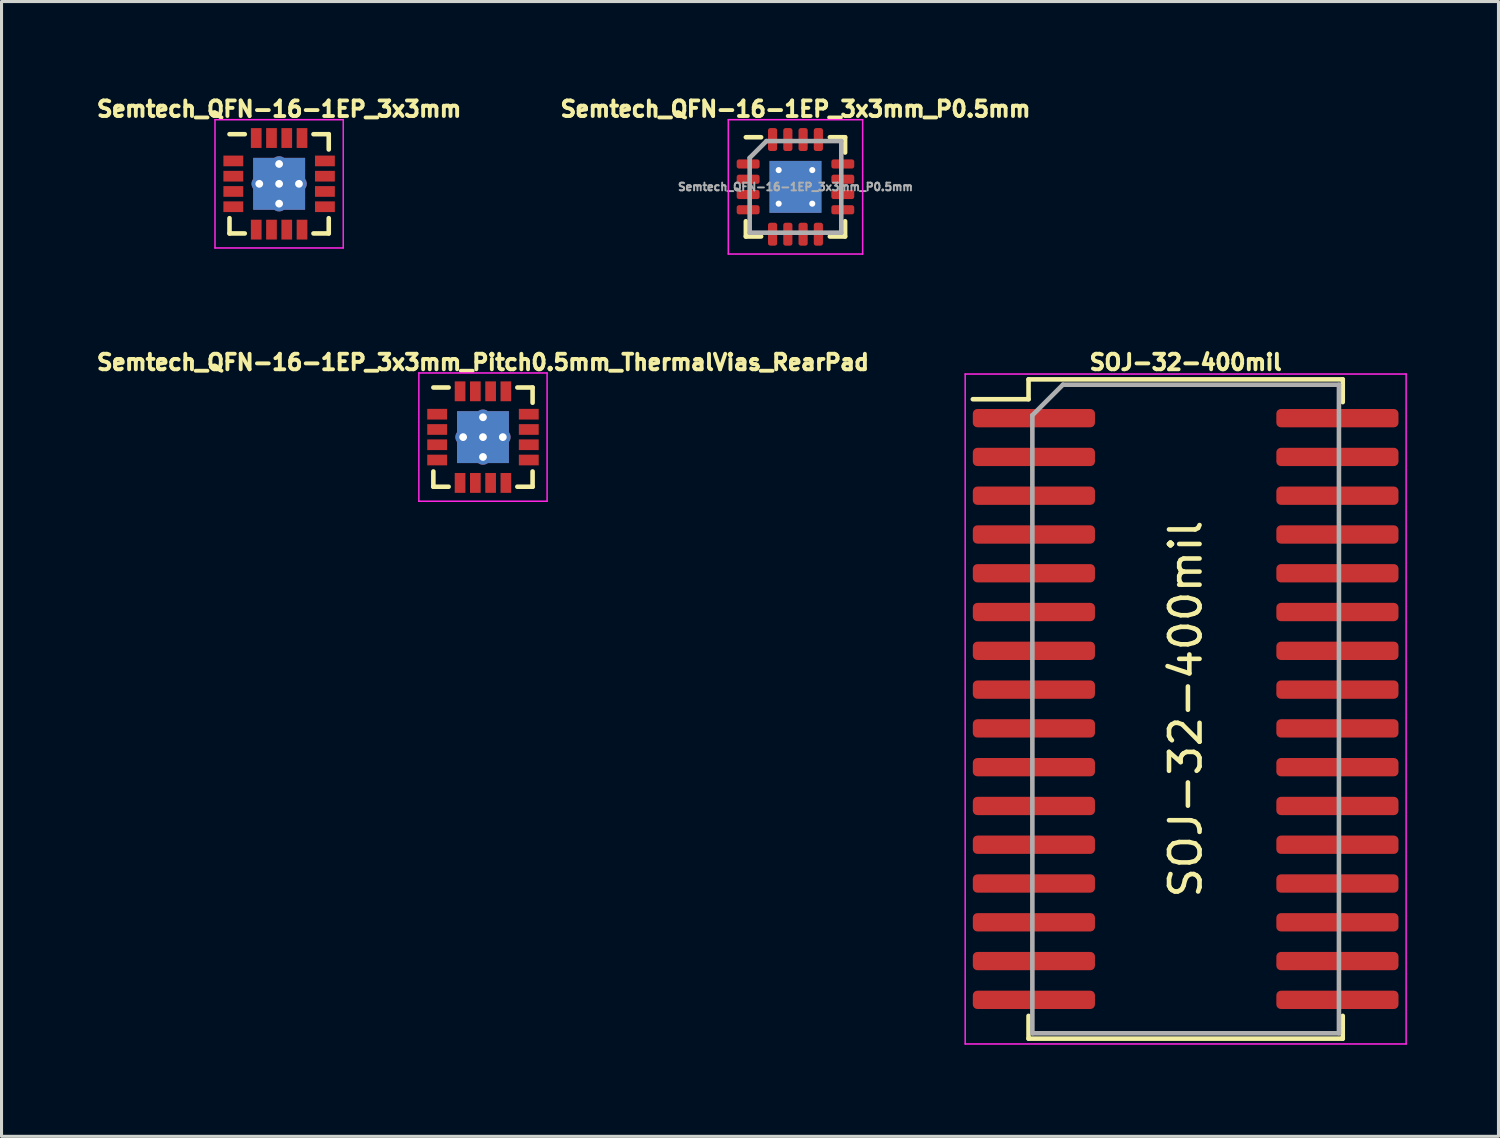
<source format=kicad_pcb>
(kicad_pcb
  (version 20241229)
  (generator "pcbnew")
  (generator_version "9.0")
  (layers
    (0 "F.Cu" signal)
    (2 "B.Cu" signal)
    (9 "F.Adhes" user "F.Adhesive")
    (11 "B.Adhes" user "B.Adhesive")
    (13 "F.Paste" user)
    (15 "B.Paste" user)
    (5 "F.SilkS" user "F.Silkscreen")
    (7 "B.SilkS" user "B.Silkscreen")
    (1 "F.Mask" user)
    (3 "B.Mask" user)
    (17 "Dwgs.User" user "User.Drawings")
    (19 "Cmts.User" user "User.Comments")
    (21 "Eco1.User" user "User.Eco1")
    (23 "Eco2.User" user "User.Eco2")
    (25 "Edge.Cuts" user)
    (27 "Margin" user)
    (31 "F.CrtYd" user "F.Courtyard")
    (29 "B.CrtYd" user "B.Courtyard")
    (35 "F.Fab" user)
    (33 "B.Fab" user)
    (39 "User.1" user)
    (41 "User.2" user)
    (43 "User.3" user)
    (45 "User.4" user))
  (footprint "Semtech_QFN-16-1EP_3x3mm_P0.5mm"
    (layer "F.Cu")
    (at 23.001 3.07)
    (property "Reference" "Semtech_QFN-16-1EP_3x3mm_P0.5mm" (at 0 -2.55 0) (layer "F.SilkS") (effects (font (size 0.508 0.508) (thickness 0.127))))
    (attr smd)
    (fp_line (start -1.625 -1.625) (end -1.125 -1.625) (stroke (width 0.15) (type solid)) (layer "F.SilkS"))
    (fp_line (start -1.625 1.625) (end -1.625 1.125) (stroke (width 0.15) (type solid)) (layer "F.SilkS"))
    (fp_line (start -1.625 1.625) (end -1.125 1.625) (stroke (width 0.15) (type solid)) (layer "F.SilkS"))
    (fp_line (start 1.625 -1.625) (end 1.125 -1.625) (stroke (width 0.15) (type solid)) (layer "F.SilkS"))
    (fp_line (start 1.625 -1.625) (end 1.625 -1.125) (stroke (width 0.15) (type solid)) (layer "F.SilkS"))
    (fp_line (start 1.625 1.625) (end 1.125 1.625) (stroke (width 0.15) (type solid)) (layer "F.SilkS"))
    (fp_line (start 1.625 1.625) (end 1.625 1.125) (stroke (width 0.15) (type solid)) (layer "F.SilkS"))
    (fp_poly (pts (xy -0.7 -0.2) (xy -0.45 -0.2) (xy -0.25 0) (xy -0.45 0.2) (xy -0.7 0.2)) (stroke (width 0.15) (type solid)) (fill yes) (layer "F.Paste"))
    (fp_poly (pts (xy -0.2 0.7) (xy -0.2 0.45) (xy 0 0.25) (xy 0.2 0.45) (xy 0.2 0.7)) (stroke (width 0.15) (type solid)) (fill yes) (layer "F.Paste"))
    (fp_poly (pts (xy 0.2 -0.7) (xy 0.2 -0.45) (xy 0 -0.25) (xy -0.2 -0.45) (xy -0.2 -0.7)) (stroke (width 0.15) (type solid)) (fill yes) (layer "F.Paste"))
    (fp_poly (pts (xy 0.7 0.2) (xy 0.45 0.2) (xy 0.25 0) (xy 0.45 -0.2) (xy 0.7 -0.2)) (stroke (width 0.15) (type solid)) (fill yes) (layer "F.Paste"))
    (fp_line (start -2.2 -2.2) (end -2.2 2.2) (stroke (width 0.05) (type solid)) (layer "F.CrtYd"))
    (fp_line (start -2.2 -2.2) (end 2.2 -2.2) (stroke (width 0.05) (type solid)) (layer "F.CrtYd"))
    (fp_line (start -2.2 2.2) (end 2.2 2.2) (stroke (width 0.05) (type solid)) (layer "F.CrtYd"))
    (fp_line (start 2.2 -2.2) (end 2.2 2.2) (stroke (width 0.05) (type solid)) (layer "F.CrtYd"))
    (fp_line (start -1.5 -0.95) (end -0.95 -1.5) (stroke (width 0.15) (type solid)) (layer "F.Fab"))
    (fp_line (start -1.5 1.5) (end -1.5 -0.95) (stroke (width 0.15) (type solid)) (layer "F.Fab"))
    (fp_line (start -0.95 -1.5) (end 1.5 -1.5) (stroke (width 0.15) (type solid)) (layer "F.Fab"))
    (fp_line (start 1.5 -1.5) (end 1.5 1.5) (stroke (width 0.15) (type solid)) (layer "F.Fab"))
    (fp_line (start 1.5 1.5) (end -1.5 1.5) (stroke (width 0.15) (type solid)) (layer "F.Fab"))
    (fp_text user "${REFERENCE}" (at 0 0 0) (layer "F.Fab") (effects (font (size 0.254 0.254) (thickness 0.064))))
    (pad "1" smd roundrect (at -1.55 -0.75) (size 0.75 0.3) (layers "F.Cu" "F.Mask" "F.Paste") (roundrect_rratio 0.25))
    (pad "2" smd roundrect (at -1.55 -0.25) (size 0.75 0.3) (layers "F.Cu" "F.Mask" "F.Paste") (roundrect_rratio 0.25))
    (pad "3" smd roundrect (at -1.55 0.25) (size 0.75 0.3) (layers "F.Cu" "F.Mask" "F.Paste") (roundrect_rratio 0.25))
    (pad "4" smd roundrect (at -1.55 0.75) (size 0.75 0.3) (layers "F.Cu" "F.Mask" "F.Paste") (roundrect_rratio 0.25))
    (pad "5" smd roundrect (at -0.75 1.55 90) (size 0.75 0.3) (layers "F.Cu" "F.Mask" "F.Paste") (roundrect_rratio 0.25))
    (pad "6" smd roundrect (at -0.25 1.55 90) (size 0.75 0.3) (layers "F.Cu" "F.Mask" "F.Paste") (roundrect_rratio 0.25))
    (pad "7" smd roundrect (at 0.25 1.55 90) (size 0.75 0.3) (layers "F.Cu" "F.Mask" "F.Paste") (roundrect_rratio 0.25))
    (pad "8" smd roundrect (at 0.75 1.55 90) (size 0.75 0.3) (layers "F.Cu" "F.Mask" "F.Paste") (roundrect_rratio 0.25))
    (pad "9" smd roundrect (at 1.55 0.75) (size 0.75 0.3) (layers "F.Cu" "F.Mask" "F.Paste") (roundrect_rratio 0.25))
    (pad "10" smd roundrect (at 1.55 0.25) (size 0.75 0.3) (layers "F.Cu" "F.Mask" "F.Paste") (roundrect_rratio 0.25))
    (pad "11" smd roundrect (at 1.55 -0.25) (size 0.75 0.3) (layers "F.Cu" "F.Mask" "F.Paste") (roundrect_rratio 0.25))
    (pad "12" smd roundrect (at 1.55 -0.75) (size 0.75 0.3) (layers "F.Cu" "F.Mask" "F.Paste") (roundrect_rratio 0.25))
    (pad "13" smd roundrect (at 0.75 -1.55 90) (size 0.75 0.3) (layers "F.Cu" "F.Mask" "F.Paste") (roundrect_rratio 0.25))
    (pad "14" smd roundrect (at 0.25 -1.55 90) (size 0.75 0.3) (layers "F.Cu" "F.Mask" "F.Paste") (roundrect_rratio 0.25))
    (pad "15" smd roundrect (at -0.25 -1.55 90) (size 0.75 0.3) (layers "F.Cu" "F.Mask" "F.Paste") (roundrect_rratio 0.25))
    (pad "16" smd roundrect (at -0.75 -1.55 90) (size 0.75 0.3) (layers "F.Cu" "F.Mask" "F.Paste") (roundrect_rratio 0.25))
    (pad "17" thru_hole circle (at -0.55 -0.55 90) (size 0.51 0.51) (drill 0.2) (layers "*.Cu" "B.Mask"))
    (pad "17" thru_hole circle (at -0.55 0.55 90) (size 0.51 0.51) (drill 0.2) (layers "*.Cu" "B.Mask"))
    (pad "17" smd rect (at 0 0) (size 1.7 1.7) (layers "F.Cu" "F.Mask"))
    (pad "17" smd rect (at 0 0) (size 1.7 1.7) (layers "B.Cu" "B.Mask"))
    (pad "17" thru_hole circle (at 0.55 -0.55 90) (size 0.51 0.51) (drill 0.2) (layers "*.Cu" "B.Mask"))
    (pad "17" thru_hole circle (at 0.55 0.55 90) (size 0.51 0.51) (drill 0.2) (layers "*.Cu" "B.Mask")))
  (footprint "SOJ-32-400mil"
    (layer "F.Cu")
    (at 35.779 20.169)
    (property "Reference" "SOJ-32-400mil" (at 0 -11.354 0) (layer "F.SilkS") (effects (font (size 0.508 0.508) (thickness 0.127))))
    (attr smd)
    (fp_line (start -5.145 -10.795) (end -5.145 -10.145) (stroke (width 0.15) (type solid)) (layer "F.SilkS"))
    (fp_line (start -5.145 -10.795) (end 5.145 -10.795) (stroke (width 0.15) (type solid)) (layer "F.SilkS"))
    (fp_line (start -5.145 -10.145) (end -6.97 -10.145) (stroke (width 0.15) (type solid)) (layer "F.SilkS"))
    (fp_line (start -5.145 10.795) (end -5.145 10.05) (stroke (width 0.15) (type solid)) (layer "F.SilkS"))
    (fp_line (start -5.145 10.795) (end 5.145 10.795) (stroke (width 0.15) (type solid)) (layer "F.SilkS"))
    (fp_line (start 5.145 -10.795) (end 5.145 -10.05) (stroke (width 0.15) (type solid)) (layer "F.SilkS"))
    (fp_line (start 5.145 10.795) (end 5.145 10.05) (stroke (width 0.15) (type solid)) (layer "F.SilkS"))
    (fp_line (start -7.22 -10.97) (end -7.22 10.97) (stroke (width 0.05) (type solid)) (layer "F.CrtYd"))
    (fp_line (start -7.22 -10.97) (end 7.22 -10.97) (stroke (width 0.05) (type solid)) (layer "F.CrtYd"))
    (fp_line (start -7.22 10.97) (end 7.22 10.97) (stroke (width 0.05) (type solid)) (layer "F.CrtYd"))
    (fp_line (start 7.22 -10.97) (end 7.22 10.97) (stroke (width 0.05) (type solid)) (layer "F.CrtYd"))
    (fp_line (start -5.02 -9.62) (end -4.02 -10.62) (stroke (width 0.15) (type solid)) (layer "F.Fab"))
    (fp_line (start -5.02 10.62) (end -5.02 -9.62) (stroke (width 0.15) (type solid)) (layer "F.Fab"))
    (fp_line (start -4.02 -10.62) (end 5.02 -10.62) (stroke (width 0.15) (type solid)) (layer "F.Fab"))
    (fp_line (start 5.02 -10.62) (end 5.02 10.62) (stroke (width 0.15) (type solid)) (layer "F.Fab"))
    (fp_line (start 5.02 10.62) (end -5.02 10.62) (stroke (width 0.15) (type solid)) (layer "F.Fab"))
    (fp_text user "${REFERENCE}" (at 0 0 90) (layer "F.SilkS") (effects (font (size 1 1) (thickness 0.15))))
    (pad "1" smd roundrect (at -4.97 -9.525) (size 4 0.6) (layers "F.Cu" "F.Mask" "F.Paste") (roundrect_rratio 0.25))
    (pad "2" smd roundrect (at -4.97 -8.255) (size 4 0.6) (layers "F.Cu" "F.Mask" "F.Paste") (roundrect_rratio 0.25))
    (pad "3" smd roundrect (at -4.97 -6.985) (size 4 0.6) (layers "F.Cu" "F.Mask" "F.Paste") (roundrect_rratio 0.25))
    (pad "4" smd roundrect (at -4.97 -5.715) (size 4 0.6) (layers "F.Cu" "F.Mask" "F.Paste") (roundrect_rratio 0.25))
    (pad "5" smd roundrect (at -4.97 -4.445) (size 4 0.6) (layers "F.Cu" "F.Mask" "F.Paste") (roundrect_rratio 0.25))
    (pad "6" smd roundrect (at -4.97 -3.175) (size 4 0.6) (layers "F.Cu" "F.Mask" "F.Paste") (roundrect_rratio 0.25))
    (pad "7" smd roundrect (at -4.97 -1.905) (size 4 0.6) (layers "F.Cu" "F.Mask" "F.Paste") (roundrect_rratio 0.25))
    (pad "8" smd roundrect (at -4.97 -0.635) (size 4 0.6) (layers "F.Cu" "F.Mask" "F.Paste") (roundrect_rratio 0.25))
    (pad "9" smd roundrect (at -4.97 0.635) (size 4 0.6) (layers "F.Cu" "F.Mask" "F.Paste") (roundrect_rratio 0.25))
    (pad "10" smd roundrect (at -4.97 1.905) (size 4 0.6) (layers "F.Cu" "F.Mask" "F.Paste") (roundrect_rratio 0.25))
    (pad "11" smd roundrect (at -4.97 3.175) (size 4 0.6) (layers "F.Cu" "F.Mask" "F.Paste") (roundrect_rratio 0.25))
    (pad "12" smd roundrect (at -4.97 4.445) (size 4 0.6) (layers "F.Cu" "F.Mask" "F.Paste") (roundrect_rratio 0.25))
    (pad "13" smd roundrect (at -4.97 5.715) (size 4 0.6) (layers "F.Cu" "F.Mask" "F.Paste") (roundrect_rratio 0.25))
    (pad "14" smd roundrect (at -4.97 6.985) (size 4 0.6) (layers "F.Cu" "F.Mask" "F.Paste") (roundrect_rratio 0.25))
    (pad "15" smd roundrect (at -4.97 8.255) (size 4 0.6) (layers "F.Cu" "F.Mask" "F.Paste") (roundrect_rratio 0.25))
    (pad "16" smd roundrect (at -4.97 9.525) (size 4 0.6) (layers "F.Cu" "F.Mask" "F.Paste") (roundrect_rratio 0.25))
    (pad "17" smd roundrect (at 4.97 9.525) (size 4 0.6) (layers "F.Cu" "F.Mask" "F.Paste") (roundrect_rratio 0.25))
    (pad "18" smd roundrect (at 4.97 8.255) (size 4 0.6) (layers "F.Cu" "F.Mask" "F.Paste") (roundrect_rratio 0.25))
    (pad "19" smd roundrect (at 4.97 6.985) (size 4 0.6) (layers "F.Cu" "F.Mask" "F.Paste") (roundrect_rratio 0.25))
    (pad "20" smd roundrect (at 4.97 5.715) (size 4 0.6) (layers "F.Cu" "F.Mask" "F.Paste") (roundrect_rratio 0.25))
    (pad "21" smd roundrect (at 4.97 4.445) (size 4 0.6) (layers "F.Cu" "F.Mask" "F.Paste") (roundrect_rratio 0.25))
    (pad "22" smd roundrect (at 4.97 3.175) (size 4 0.6) (layers "F.Cu" "F.Mask" "F.Paste") (roundrect_rratio 0.25))
    (pad "23" smd roundrect (at 4.97 1.905) (size 4 0.6) (layers "F.Cu" "F.Mask" "F.Paste") (roundrect_rratio 0.25))
    (pad "24" smd roundrect (at 4.97 0.635) (size 4 0.6) (layers "F.Cu" "F.Mask" "F.Paste") (roundrect_rratio 0.25))
    (pad "25" smd roundrect (at 4.97 -0.635) (size 4 0.6) (layers "F.Cu" "F.Mask" "F.Paste") (roundrect_rratio 0.25))
    (pad "26" smd roundrect (at 4.97 -1.905) (size 4 0.6) (layers "F.Cu" "F.Mask" "F.Paste") (roundrect_rratio 0.25))
    (pad "27" smd roundrect (at 4.97 -3.175) (size 4 0.6) (layers "F.Cu" "F.Mask" "F.Paste") (roundrect_rratio 0.25))
    (pad "28" smd roundrect (at 4.97 -4.445) (size 4 0.6) (layers "F.Cu" "F.Mask" "F.Paste") (roundrect_rratio 0.25))
    (pad "29" smd roundrect (at 4.97 -5.715) (size 4 0.6) (layers "F.Cu" "F.Mask" "F.Paste") (roundrect_rratio 0.25))
    (pad "30" smd roundrect (at 4.97 -6.985) (size 4 0.6) (layers "F.Cu" "F.Mask" "F.Paste") (roundrect_rratio 0.25))
    (pad "31" smd roundrect (at 4.97 -8.255) (size 4 0.6) (layers "F.Cu" "F.Mask" "F.Paste") (roundrect_rratio 0.25))
    (pad "32" smd roundrect (at 4.97 -9.525) (size 4 0.6) (layers "F.Cu" "F.Mask" "F.Paste") (roundrect_rratio 0.25)))
  (footprint "Semtech_QFN-16-1EP_3x3mm"
    (layer "F.Cu")
    (at 6.091 2.97)
    (property "Reference" "Semtech_QFN-16-1EP_3x3mm" (at 0 -2.45 0) (layer "F.SilkS") (effects (font (size 0.508 0.508) (thickness 0.127))))
    (attr smd)
    (fp_line (start -1.625 -1.625) (end -1.125 -1.625) (stroke (width 0.15) (type solid)) (layer "F.SilkS"))
    (fp_line (start -1.625 1.625) (end -1.625 1.125) (stroke (width 0.15) (type solid)) (layer "F.SilkS"))
    (fp_line (start -1.625 1.625) (end -1.125 1.625) (stroke (width 0.15) (type solid)) (layer "F.SilkS"))
    (fp_line (start 1.625 -1.625) (end 1.125 -1.625) (stroke (width 0.15) (type solid)) (layer "F.SilkS"))
    (fp_line (start 1.625 -1.625) (end 1.625 -1.125) (stroke (width 0.15) (type solid)) (layer "F.SilkS"))
    (fp_line (start 1.625 1.625) (end 1.125 1.625) (stroke (width 0.15) (type solid)) (layer "F.SilkS"))
    (fp_line (start 1.625 1.625) (end 1.625 1.125) (stroke (width 0.15) (type solid)) (layer "F.SilkS"))
    (fp_line (start -2.1 -2.1) (end -2.1 2.1) (stroke (width 0.05) (type solid)) (layer "F.CrtYd"))
    (fp_line (start -2.1 -2.1) (end 2.1 -2.1) (stroke (width 0.05) (type solid)) (layer "F.CrtYd"))
    (fp_line (start -2.1 2.1) (end 2.1 2.1) (stroke (width 0.05) (type solid)) (layer "F.CrtYd"))
    (fp_line (start 2.1 -2.1) (end 2.1 2.1) (stroke (width 0.05) (type solid)) (layer "F.CrtYd"))
    (pad "" smd rect (at -0.425 -0.425) (size 0.85 0.85) (layers "F.Paste"))
    (pad "" smd rect (at -0.425 0.425) (size 0.85 0.85) (layers "F.Paste"))
    (pad "" smd rect (at 0.425 -0.425) (size 0.85 0.85) (layers "F.Paste"))
    (pad "" smd rect (at 0.425 0.425) (size 0.85 0.85) (layers "F.Paste"))
    (pad "1" smd rect (at -1.5 -0.75) (size 0.65 0.35) (layers "F.Cu" "F.Mask" "F.Paste"))
    (pad "2" smd rect (at -1.5 -0.25) (size 0.65 0.35) (layers "F.Cu" "F.Mask" "F.Paste"))
    (pad "3" smd rect (at -1.5 0.25) (size 0.65 0.35) (layers "F.Cu" "F.Mask" "F.Paste"))
    (pad "4" smd rect (at -1.5 0.75) (size 0.65 0.35) (layers "F.Cu" "F.Mask" "F.Paste"))
    (pad "5" smd rect (at -0.75 1.5) (size 0.35 0.65) (layers "F.Cu" "F.Mask" "F.Paste"))
    (pad "6" smd rect (at -0.25 1.5) (size 0.35 0.65) (layers "F.Cu" "F.Mask" "F.Paste"))
    (pad "7" smd rect (at 0.25 1.5) (size 0.35 0.65) (layers "F.Cu" "F.Mask" "F.Paste"))
    (pad "8" smd rect (at 0.75 1.5) (size 0.35 0.65) (layers "F.Cu" "F.Mask" "F.Paste"))
    (pad "9" smd rect (at 1.5 0.75) (size 0.65 0.35) (layers "F.Cu" "F.Mask" "F.Paste"))
    (pad "10" smd rect (at 1.5 0.25) (size 0.65 0.35) (layers "F.Cu" "F.Mask" "F.Paste"))
    (pad "11" smd rect (at 1.5 -0.25) (size 0.65 0.35) (layers "F.Cu" "F.Mask" "F.Paste"))
    (pad "12" smd rect (at 1.5 -0.75) (size 0.65 0.35) (layers "F.Cu" "F.Mask" "F.Paste"))
    (pad "13" smd rect (at 0.75 -1.5) (size 0.35 0.65) (layers "F.Cu" "F.Mask" "F.Paste"))
    (pad "14" smd rect (at 0.25 -1.5) (size 0.35 0.65) (layers "F.Cu" "F.Mask" "F.Paste"))
    (pad "15" smd rect (at -0.25 -1.5) (size 0.35 0.65) (layers "F.Cu" "F.Mask" "F.Paste"))
    (pad "16" smd rect (at -0.75 -1.5) (size 0.35 0.65) (layers "F.Cu" "F.Mask" "F.Paste"))
    (pad "17" thru_hole circle (at -0.65 0) (size 0.508 0.508) (drill 0.254) (layers "*.Cu" "B.Mask"))
    (pad "17" thru_hole circle (at 0 -0.65) (size 0.508 0.508) (drill 0.254) (layers "*.Cu" "B.Mask"))
    (pad "17" thru_hole circle (at 0 0) (size 0.508 0.508) (drill 0.254) (layers "*.Cu" "*.Mask"))
    (pad "17" smd rect (at 0 0) (size 1.7 1.7) (layers "F.Cu" "F.Mask"))
    (pad "17" smd rect (at 0 0) (size 1.7 1.7) (layers "B.Cu" "B.Mask"))
    (pad "17" thru_hole circle (at 0 0.65) (size 0.508 0.508) (drill 0.254) (layers "*.Cu" "B.Mask"))
    (pad "17" thru_hole circle (at 0.65 0) (size 0.508 0.508) (drill 0.254) (layers "*.Cu" "B.Mask")))
  (footprint "Semtech_QFN-16-1EP_3x3mm_Pitch0.5mm_ThermalVias_RearPad"
    (layer "F.Cu")
    (at 12.767 11.265)
    (property "Reference" "Semtech_QFN-16-1EP_3x3mm_Pitch0.5mm_ThermalVias_RearPad" (at 0 -2.45 0) (layer "F.SilkS") (effects (font (size 0.508 0.508) (thickness 0.127))))
    (attr smd)
    (fp_line (start -1.625 -1.625) (end -1.125 -1.625) (stroke (width 0.15) (type solid)) (layer "F.SilkS"))
    (fp_line (start -1.625 1.625) (end -1.625 1.125) (stroke (width 0.15) (type solid)) (layer "F.SilkS"))
    (fp_line (start -1.625 1.625) (end -1.125 1.625) (stroke (width 0.15) (type solid)) (layer "F.SilkS"))
    (fp_line (start 1.625 -1.625) (end 1.125 -1.625) (stroke (width 0.15) (type solid)) (layer "F.SilkS"))
    (fp_line (start 1.625 -1.625) (end 1.625 -1.125) (stroke (width 0.15) (type solid)) (layer "F.SilkS"))
    (fp_line (start 1.625 1.625) (end 1.125 1.625) (stroke (width 0.15) (type solid)) (layer "F.SilkS"))
    (fp_line (start 1.625 1.625) (end 1.625 1.125) (stroke (width 0.15) (type solid)) (layer "F.SilkS"))
    (fp_line (start -2.1 -2.1) (end -2.1 2.1) (stroke (width 0.05) (type solid)) (layer "F.CrtYd"))
    (fp_line (start -2.1 -2.1) (end 2.1 -2.1) (stroke (width 0.05) (type solid)) (layer "F.CrtYd"))
    (fp_line (start -2.1 2.1) (end 2.1 2.1) (stroke (width 0.05) (type solid)) (layer "F.CrtYd"))
    (fp_line (start 2.1 -2.1) (end 2.1 2.1) (stroke (width 0.05) (type solid)) (layer "F.CrtYd"))
    (pad "" smd rect (at -0.425 -0.425) (size 0.85 0.85) (layers "F.Paste"))
    (pad "" smd rect (at -0.425 0.425) (size 0.85 0.85) (layers "F.Paste"))
    (pad "" smd rect (at 0.425 -0.425) (size 0.85 0.85) (layers "F.Paste"))
    (pad "" smd rect (at 0.425 0.425) (size 0.85 0.85) (layers "F.Paste"))
    (pad "1" smd rect (at -1.5 -0.75) (size 0.65 0.35) (layers "F.Cu" "F.Mask" "F.Paste"))
    (pad "2" smd rect (at -1.5 -0.25) (size 0.65 0.35) (layers "F.Cu" "F.Mask" "F.Paste"))
    (pad "3" smd rect (at -1.5 0.25) (size 0.65 0.35) (layers "F.Cu" "F.Mask" "F.Paste"))
    (pad "4" smd rect (at -1.5 0.75) (size 0.65 0.35) (layers "F.Cu" "F.Mask" "F.Paste"))
    (pad "5" smd rect (at -0.75 1.5) (size 0.35 0.65) (layers "F.Cu" "F.Mask" "F.Paste"))
    (pad "6" smd rect (at -0.25 1.5) (size 0.35 0.65) (layers "F.Cu" "F.Mask" "F.Paste"))
    (pad "7" smd rect (at 0.25 1.5) (size 0.35 0.65) (layers "F.Cu" "F.Mask" "F.Paste"))
    (pad "8" smd rect (at 0.75 1.5) (size 0.35 0.65) (layers "F.Cu" "F.Mask" "F.Paste"))
    (pad "9" smd rect (at 1.5 0.75) (size 0.65 0.35) (layers "F.Cu" "F.Mask" "F.Paste"))
    (pad "10" smd rect (at 1.5 0.25) (size 0.65 0.35) (layers "F.Cu" "F.Mask" "F.Paste"))
    (pad "11" smd rect (at 1.5 -0.25) (size 0.65 0.35) (layers "F.Cu" "F.Mask" "F.Paste"))
    (pad "12" smd rect (at 1.5 -0.75) (size 0.65 0.35) (layers "F.Cu" "F.Mask" "F.Paste"))
    (pad "13" smd rect (at 0.75 -1.5) (size 0.35 0.65) (layers "F.Cu" "F.Mask" "F.Paste"))
    (pad "14" smd rect (at 0.25 -1.5) (size 0.35 0.65) (layers "F.Cu" "F.Mask" "F.Paste"))
    (pad "15" smd rect (at -0.25 -1.5) (size 0.35 0.65) (layers "F.Cu" "F.Mask" "F.Paste"))
    (pad "16" smd rect (at -0.75 -1.5) (size 0.35 0.65) (layers "F.Cu" "F.Mask" "F.Paste"))
    (pad "17" thru_hole circle (at -0.65 0) (size 0.508 0.508) (drill 0.254) (layers "*.Cu" "B.Mask"))
    (pad "17" thru_hole circle (at 0 -0.65) (size 0.508 0.508) (drill 0.254) (layers "*.Cu" "B.Mask"))
    (pad "17" thru_hole circle (at 0 0) (size 0.508 0.508) (drill 0.254) (layers "*.Cu" "*.Mask"))
    (pad "17" smd rect (at 0 0) (size 1.7 1.7) (layers "F.Cu" "F.Mask"))
    (pad "17" smd rect (at 0 0) (size 1.7 1.7) (layers "B.Cu" "B.Mask"))
    (pad "17" thru_hole circle (at 0 0.65) (size 0.508 0.508) (drill 0.254) (layers "*.Cu" "B.Mask"))
    (pad "17" thru_hole circle (at 0.65 0) (size 0.508 0.508) (drill 0.254) (layers "*.Cu" "B.Mask")))
  (gr_rect
    (start -3 -3)
    (end 46.024 34.164)
    (stroke (width 0.1) (type default))
    (fill no)
    (layer "Edge.Cuts")))
</source>
